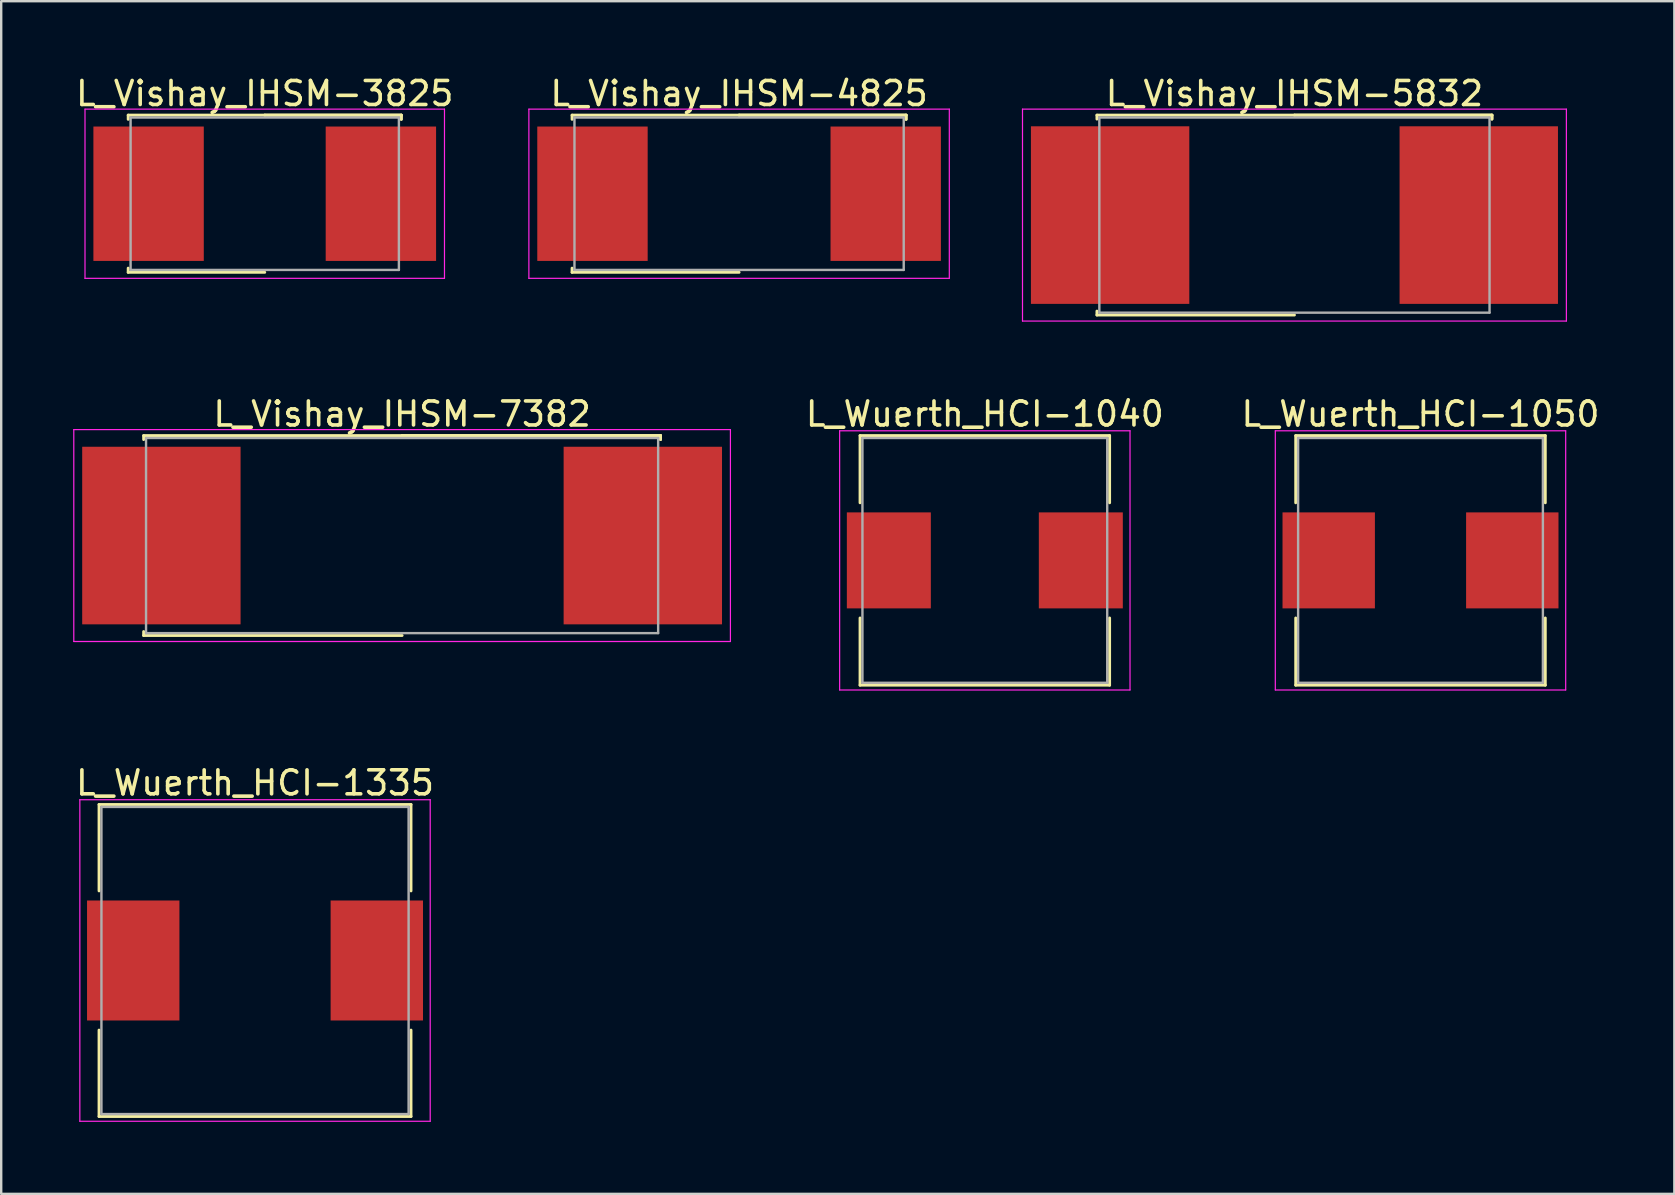
<source format=kicad_pcb>
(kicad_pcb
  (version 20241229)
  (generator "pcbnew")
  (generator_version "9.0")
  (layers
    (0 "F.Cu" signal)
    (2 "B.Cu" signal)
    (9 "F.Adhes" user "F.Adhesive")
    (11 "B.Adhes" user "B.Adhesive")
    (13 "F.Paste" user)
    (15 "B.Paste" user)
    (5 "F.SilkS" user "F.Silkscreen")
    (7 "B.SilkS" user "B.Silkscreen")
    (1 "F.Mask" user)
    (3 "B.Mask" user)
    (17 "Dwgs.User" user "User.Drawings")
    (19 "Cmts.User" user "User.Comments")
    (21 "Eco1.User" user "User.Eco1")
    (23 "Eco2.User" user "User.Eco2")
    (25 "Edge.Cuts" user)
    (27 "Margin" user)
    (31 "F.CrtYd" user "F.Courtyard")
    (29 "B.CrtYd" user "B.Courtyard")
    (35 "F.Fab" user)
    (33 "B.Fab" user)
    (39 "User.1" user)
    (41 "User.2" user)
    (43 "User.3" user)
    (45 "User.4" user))
  (footprint "L_Wuerth_HCI-1040"
    (layer "F.Cu")
    (at 37.989 20.302)
    (property "Reference" "L_Wuerth_HCI-1040" (at 0 -6.1 0) (layer "F.SilkS") (effects (font (size 1 1) (thickness 0.15))))
    (attr smd)
    (fp_line (start -5.2 -5.2) (end 5.2 -5.2) (stroke (width 0.12) (type solid)) (layer "F.SilkS"))
    (fp_line (start -5.2 -2.4) (end -5.2 -5.2) (stroke (width 0.12) (type solid)) (layer "F.SilkS"))
    (fp_line (start -5.2 2.4) (end -5.2 5.2) (stroke (width 0.12) (type solid)) (layer "F.SilkS"))
    (fp_line (start -5.2 5.2) (end 5.2 5.2) (stroke (width 0.12) (type solid)) (layer "F.SilkS"))
    (fp_line (start 5.2 -5.2) (end 5.2 -2.4) (stroke (width 0.12) (type solid)) (layer "F.SilkS"))
    (fp_line (start 5.2 5.2) (end 5.2 2.4) (stroke (width 0.12) (type solid)) (layer "F.SilkS"))
    (fp_line (start -6.05 -5.4) (end -6.05 5.4) (stroke (width 0.05) (type solid)) (layer "F.CrtYd"))
    (fp_line (start -6.05 5.4) (end 6.05 5.4) (stroke (width 0.05) (type solid)) (layer "F.CrtYd"))
    (fp_line (start 6.05 -5.4) (end -6.05 -5.4) (stroke (width 0.05) (type solid)) (layer "F.CrtYd"))
    (fp_line (start 6.05 5.4) (end 6.05 -5.4) (stroke (width 0.05) (type solid)) (layer "F.CrtYd"))
    (fp_line (start -5.1 -5.1) (end -5.1 5.1) (stroke (width 0.1) (type solid)) (layer "F.Fab"))
    (fp_line (start -5.1 5.1) (end 5.1 5.1) (stroke (width 0.1) (type solid)) (layer "F.Fab"))
    (fp_line (start 5.1 -5.1) (end -5.1 -5.1) (stroke (width 0.1) (type solid)) (layer "F.Fab"))
    (fp_line (start 5.1 5.1) (end 5.1 -5.1) (stroke (width 0.1) (type solid)) (layer "F.Fab"))
    (pad "1" smd rect (at -4 0) (size 3.5 4) (layers "F.Cu" "F.Mask" "F.Paste"))
    (pad "2" smd rect (at 4 0) (size 3.5 4) (layers "F.Cu" "F.Mask" "F.Paste")))
  (footprint "L_Wuerth_HCI-1050"
    (layer "F.Cu")
    (at 56.144 20.302)
    (property "Reference" "L_Wuerth_HCI-1050" (at 0 -6.1 0) (layer "F.SilkS") (effects (font (size 1 1) (thickness 0.15))))
    (attr smd)
    (fp_line (start -5.2 -5.2) (end 5.2 -5.2) (stroke (width 0.12) (type solid)) (layer "F.SilkS"))
    (fp_line (start -5.2 -2.4) (end -5.2 -5.2) (stroke (width 0.12) (type solid)) (layer "F.SilkS"))
    (fp_line (start -5.2 2.4) (end -5.2 5.2) (stroke (width 0.12) (type solid)) (layer "F.SilkS"))
    (fp_line (start -5.2 5.2) (end 5.2 5.2) (stroke (width 0.12) (type solid)) (layer "F.SilkS"))
    (fp_line (start 5.2 -5.2) (end 5.2 -2.4) (stroke (width 0.12) (type solid)) (layer "F.SilkS"))
    (fp_line (start 5.2 5.2) (end 5.2 2.4) (stroke (width 0.12) (type solid)) (layer "F.SilkS"))
    (fp_line (start -6.05 -5.4) (end -6.05 5.4) (stroke (width 0.05) (type solid)) (layer "F.CrtYd"))
    (fp_line (start -6.05 5.4) (end 6.05 5.4) (stroke (width 0.05) (type solid)) (layer "F.CrtYd"))
    (fp_line (start 6.05 -5.4) (end -6.05 -5.4) (stroke (width 0.05) (type solid)) (layer "F.CrtYd"))
    (fp_line (start 6.05 5.4) (end 6.05 -5.4) (stroke (width 0.05) (type solid)) (layer "F.CrtYd"))
    (fp_line (start -5.1 -5.1) (end -5.1 5.1) (stroke (width 0.1) (type solid)) (layer "F.Fab"))
    (fp_line (start -5.1 5.1) (end 5.1 5.1) (stroke (width 0.1) (type solid)) (layer "F.Fab"))
    (fp_line (start 5.1 -5.1) (end -5.1 -5.1) (stroke (width 0.1) (type solid)) (layer "F.Fab"))
    (fp_line (start 5.1 5.1) (end 5.1 -5.1) (stroke (width 0.1) (type solid)) (layer "F.Fab"))
    (pad "1" smd rect (at -3.825 0) (size 3.85 4) (layers "F.Cu" "F.Mask" "F.Paste"))
    (pad "2" smd rect (at 3.825 0) (size 3.85 4) (layers "F.Cu" "F.Mask" "F.Paste")))
  (footprint "L_Wuerth_HCI-1335"
    (layer "F.Cu")
    (at 7.577 36.975)
    (property "Reference" "L_Wuerth_HCI-1335" (at 0 -7.4 0) (layer "F.SilkS") (effects (font (size 1 1) (thickness 0.15))))
    (attr smd)
    (fp_line (start -6.5 -6.5) (end 6.5 -6.5) (stroke (width 0.12) (type solid)) (layer "F.SilkS"))
    (fp_line (start -6.5 -2.9) (end -6.5 -6.5) (stroke (width 0.12) (type solid)) (layer "F.SilkS"))
    (fp_line (start -6.5 2.9) (end -6.5 6.5) (stroke (width 0.12) (type solid)) (layer "F.SilkS"))
    (fp_line (start -6.5 6.5) (end 6.5 6.5) (stroke (width 0.12) (type solid)) (layer "F.SilkS"))
    (fp_line (start 6.5 -6.5) (end 6.5 -2.9) (stroke (width 0.12) (type solid)) (layer "F.SilkS"))
    (fp_line (start 6.5 6.5) (end 6.5 2.9) (stroke (width 0.12) (type solid)) (layer "F.SilkS"))
    (fp_line (start -7.3 -6.7) (end -7.3 6.7) (stroke (width 0.05) (type solid)) (layer "F.CrtYd"))
    (fp_line (start -7.3 6.7) (end 7.3 6.7) (stroke (width 0.05) (type solid)) (layer "F.CrtYd"))
    (fp_line (start 7.3 -6.7) (end -7.3 -6.7) (stroke (width 0.05) (type solid)) (layer "F.CrtYd"))
    (fp_line (start 7.3 6.7) (end 7.3 -6.7) (stroke (width 0.05) (type solid)) (layer "F.CrtYd"))
    (fp_line (start -6.4 -6.4) (end -6.4 6.4) (stroke (width 0.1) (type solid)) (layer "F.Fab"))
    (fp_line (start -6.4 6.4) (end 6.4 6.4) (stroke (width 0.1) (type solid)) (layer "F.Fab"))
    (fp_line (start 6.4 -6.4) (end -6.4 -6.4) (stroke (width 0.1) (type solid)) (layer "F.Fab"))
    (fp_line (start 6.4 6.4) (end 6.4 -6.4) (stroke (width 0.1) (type solid)) (layer "F.Fab"))
    (pad "1" smd rect (at -5.075 0) (size 3.85 5) (layers "F.Cu" "F.Mask" "F.Paste"))
    (pad "2" smd rect (at 5.075 0) (size 3.85 5) (layers "F.Cu" "F.Mask" "F.Paste")))
  (footprint "L_Vishay_IHSM-7382"
    (layer "F.Cu")
    (at 13.706 19.267)
    (property "Reference" "L_Vishay_IHSM-7382" (at 0 -5.065 0) (layer "F.SilkS") (effects (font (size 1 1) (thickness 0.15))))
    (attr smd)
    (fp_line (start -10.77 -4.165) (end 0 -4.165) (stroke (width 0.12) (type solid)) (layer "F.SilkS"))
    (fp_line (start -10.77 -4) (end -10.77 -4.165) (stroke (width 0.12) (type solid)) (layer "F.SilkS"))
    (fp_line (start -10.77 4) (end -10.77 4.165) (stroke (width 0.12) (type solid)) (layer "F.SilkS"))
    (fp_line (start -10.77 4.165) (end 0 4.165) (stroke (width 0.12) (type solid)) (layer "F.SilkS"))
    (fp_line (start 10.77 -4.165) (end 0 -4.165) (stroke (width 0.12) (type solid)) (layer "F.SilkS"))
    (fp_line (start 10.77 -4.165) (end 0 -4.165) (stroke (width 0.12) (type solid)) (layer "F.SilkS"))
    (fp_line (start 10.77 -4) (end 10.77 -4.165) (stroke (width 0.12) (type solid)) (layer "F.SilkS"))
    (fp_line (start 10.77 -4) (end 10.77 -4.165) (stroke (width 0.12) (type solid)) (layer "F.SilkS"))
    (fp_line (start -13.681 -4.415) (end -13.681 4.415) (stroke (width 0.05) (type solid)) (layer "F.CrtYd"))
    (fp_line (start -13.681 4.415) (end 13.681 4.415) (stroke (width 0.05) (type solid)) (layer "F.CrtYd"))
    (fp_line (start 13.681 -4.415) (end -13.681 -4.415) (stroke (width 0.05) (type solid)) (layer "F.CrtYd"))
    (fp_line (start 13.681 4.415) (end 13.681 -4.415) (stroke (width 0.05) (type solid)) (layer "F.CrtYd"))
    (fp_line (start -10.67 -4.065) (end -10.67 4.065) (stroke (width 0.1) (type solid)) (layer "F.Fab"))
    (fp_line (start -10.67 4.065) (end 10.67 4.065) (stroke (width 0.1) (type solid)) (layer "F.Fab"))
    (fp_line (start 10.67 -4.065) (end -10.67 -4.065) (stroke (width 0.1) (type solid)) (layer "F.Fab"))
    (fp_line (start 10.67 4.065) (end 10.67 -4.065) (stroke (width 0.1) (type solid)) (layer "F.Fab"))
    (pad "1" smd rect (at -10.031 0) (size 6.6 7.4) (layers "F.Cu" "F.Mask" "F.Paste"))
    (pad "2" smd rect (at 10.031 0) (size 6.6 7.4) (layers "F.Cu" "F.Mask" "F.Paste")))
  (footprint "L_Vishay_IHSM-3825"
    (layer "F.Cu")
    (at 7.982 5.023)
    (property "Reference" "L_Vishay_IHSM-3825" (at 0 -4.175 0) (layer "F.SilkS") (effects (font (size 1 1) (thickness 0.15))))
    (attr smd)
    (fp_line (start -5.69 -3.275) (end 0 -3.275) (stroke (width 0.12) (type solid)) (layer "F.SilkS"))
    (fp_line (start -5.69 -3.1) (end -5.69 -3.275) (stroke (width 0.12) (type solid)) (layer "F.SilkS"))
    (fp_line (start -5.69 3.1) (end -5.69 3.275) (stroke (width 0.12) (type solid)) (layer "F.SilkS"))
    (fp_line (start -5.69 3.275) (end 0 3.275) (stroke (width 0.12) (type solid)) (layer "F.SilkS"))
    (fp_line (start 5.69 -3.275) (end 0 -3.275) (stroke (width 0.12) (type solid)) (layer "F.SilkS"))
    (fp_line (start 5.69 -3.275) (end 0 -3.275) (stroke (width 0.12) (type solid)) (layer "F.SilkS"))
    (fp_line (start 5.69 -3.1) (end 5.69 -3.275) (stroke (width 0.12) (type solid)) (layer "F.SilkS"))
    (fp_line (start 5.69 -3.1) (end 5.69 -3.275) (stroke (width 0.12) (type solid)) (layer "F.SilkS"))
    (fp_line (start -7.49 -3.525) (end -7.49 3.525) (stroke (width 0.05) (type solid)) (layer "F.CrtYd"))
    (fp_line (start -7.49 3.525) (end 7.49 3.525) (stroke (width 0.05) (type solid)) (layer "F.CrtYd"))
    (fp_line (start 7.49 -3.525) (end -7.49 -3.525) (stroke (width 0.05) (type solid)) (layer "F.CrtYd"))
    (fp_line (start 7.49 3.525) (end 7.49 -3.525) (stroke (width 0.05) (type solid)) (layer "F.CrtYd"))
    (fp_line (start -5.59 -3.175) (end -5.59 3.175) (stroke (width 0.1) (type solid)) (layer "F.Fab"))
    (fp_line (start -5.59 3.175) (end 5.59 3.175) (stroke (width 0.1) (type solid)) (layer "F.Fab"))
    (fp_line (start 5.59 -3.175) (end -5.59 -3.175) (stroke (width 0.1) (type solid)) (layer "F.Fab"))
    (fp_line (start 5.59 3.175) (end 5.59 -3.175) (stroke (width 0.1) (type solid)) (layer "F.Fab"))
    (pad "1" smd rect (at -4.84 0) (size 4.6 5.6) (layers "F.Cu" "F.Mask" "F.Paste"))
    (pad "2" smd rect (at 4.84 0) (size 4.6 5.6) (layers "F.Cu" "F.Mask" "F.Paste")))
  (footprint "L_Vishay_IHSM-5832"
    (layer "F.Cu")
    (at 50.891 5.913)
    (property "Reference" "L_Vishay_IHSM-5832" (at 0 -5.065 0) (layer "F.SilkS") (effects (font (size 1 1) (thickness 0.15))))
    (attr smd)
    (fp_line (start -8.23 -4.165) (end 0 -4.165) (stroke (width 0.12) (type solid)) (layer "F.SilkS"))
    (fp_line (start -8.23 -4) (end -8.23 -4.165) (stroke (width 0.12) (type solid)) (layer "F.SilkS"))
    (fp_line (start -8.23 4) (end -8.23 4.165) (stroke (width 0.12) (type solid)) (layer "F.SilkS"))
    (fp_line (start -8.23 4.165) (end 0 4.165) (stroke (width 0.12) (type solid)) (layer "F.SilkS"))
    (fp_line (start 8.23 -4.165) (end 0 -4.165) (stroke (width 0.12) (type solid)) (layer "F.SilkS"))
    (fp_line (start 8.23 -4.165) (end 0 -4.165) (stroke (width 0.12) (type solid)) (layer "F.SilkS"))
    (fp_line (start 8.23 -4) (end 8.23 -4.165) (stroke (width 0.12) (type solid)) (layer "F.SilkS"))
    (fp_line (start 8.23 -4) (end 8.23 -4.165) (stroke (width 0.12) (type solid)) (layer "F.SilkS"))
    (fp_line (start -11.332 -4.415) (end -11.332 4.415) (stroke (width 0.05) (type solid)) (layer "F.CrtYd"))
    (fp_line (start -11.332 4.415) (end 11.332 4.415) (stroke (width 0.05) (type solid)) (layer "F.CrtYd"))
    (fp_line (start 11.332 -4.415) (end -11.332 -4.415) (stroke (width 0.05) (type solid)) (layer "F.CrtYd"))
    (fp_line (start 11.332 4.415) (end 11.332 -4.415) (stroke (width 0.05) (type solid)) (layer "F.CrtYd"))
    (fp_line (start -8.13 -4.065) (end -8.13 4.065) (stroke (width 0.1) (type solid)) (layer "F.Fab"))
    (fp_line (start -8.13 4.065) (end 8.13 4.065) (stroke (width 0.1) (type solid)) (layer "F.Fab"))
    (fp_line (start 8.13 -4.065) (end -8.13 -4.065) (stroke (width 0.1) (type solid)) (layer "F.Fab"))
    (fp_line (start 8.13 4.065) (end 8.13 -4.065) (stroke (width 0.1) (type solid)) (layer "F.Fab"))
    (pad "1" smd rect (at -7.681 0) (size 6.6 7.4) (layers "F.Cu" "F.Mask" "F.Paste"))
    (pad "2" smd rect (at 7.681 0) (size 6.6 7.4) (layers "F.Cu" "F.Mask" "F.Paste")))
  (footprint "L_Vishay_IHSM-4825"
    (layer "F.Cu")
    (at 27.749 5.023)
    (property "Reference" "L_Vishay_IHSM-4825" (at 0 -4.175 0) (layer "F.SilkS") (effects (font (size 1 1) (thickness 0.15))))
    (attr smd)
    (fp_line (start -6.96 -3.275) (end 0 -3.275) (stroke (width 0.12) (type solid)) (layer "F.SilkS"))
    (fp_line (start -6.96 -3.1) (end -6.96 -3.275) (stroke (width 0.12) (type solid)) (layer "F.SilkS"))
    (fp_line (start -6.96 3.1) (end -6.96 3.275) (stroke (width 0.12) (type solid)) (layer "F.SilkS"))
    (fp_line (start -6.96 3.275) (end 0 3.275) (stroke (width 0.12) (type solid)) (layer "F.SilkS"))
    (fp_line (start 6.96 -3.275) (end 0 -3.275) (stroke (width 0.12) (type solid)) (layer "F.SilkS"))
    (fp_line (start 6.96 -3.275) (end 0 -3.275) (stroke (width 0.12) (type solid)) (layer "F.SilkS"))
    (fp_line (start 6.96 -3.1) (end 6.96 -3.275) (stroke (width 0.12) (type solid)) (layer "F.SilkS"))
    (fp_line (start 6.96 -3.1) (end 6.96 -3.275) (stroke (width 0.12) (type solid)) (layer "F.SilkS"))
    (fp_line (start -8.76 -3.525) (end -8.76 3.525) (stroke (width 0.05) (type solid)) (layer "F.CrtYd"))
    (fp_line (start -8.76 3.525) (end 8.76 3.525) (stroke (width 0.05) (type solid)) (layer "F.CrtYd"))
    (fp_line (start 8.76 -3.525) (end -8.76 -3.525) (stroke (width 0.05) (type solid)) (layer "F.CrtYd"))
    (fp_line (start 8.76 3.525) (end 8.76 -3.525) (stroke (width 0.05) (type solid)) (layer "F.CrtYd"))
    (fp_line (start -6.86 -3.175) (end -6.86 3.175) (stroke (width 0.1) (type solid)) (layer "F.Fab"))
    (fp_line (start -6.86 3.175) (end 6.86 3.175) (stroke (width 0.1) (type solid)) (layer "F.Fab"))
    (fp_line (start 6.86 -3.175) (end -6.86 -3.175) (stroke (width 0.1) (type solid)) (layer "F.Fab"))
    (fp_line (start 6.86 3.175) (end 6.86 -3.175) (stroke (width 0.1) (type solid)) (layer "F.Fab"))
    (pad "1" smd rect (at -6.11 0) (size 4.6 5.6) (layers "F.Cu" "F.Mask" "F.Paste"))
    (pad "2" smd rect (at 6.11 0) (size 4.6 5.6) (layers "F.Cu" "F.Mask" "F.Paste")))
  (gr_rect
    (start -3 -3)
    (end 66.722 46.7)
    (stroke (width 0.1) (type default))
    (fill no)
    (layer "Edge.Cuts")))
</source>
